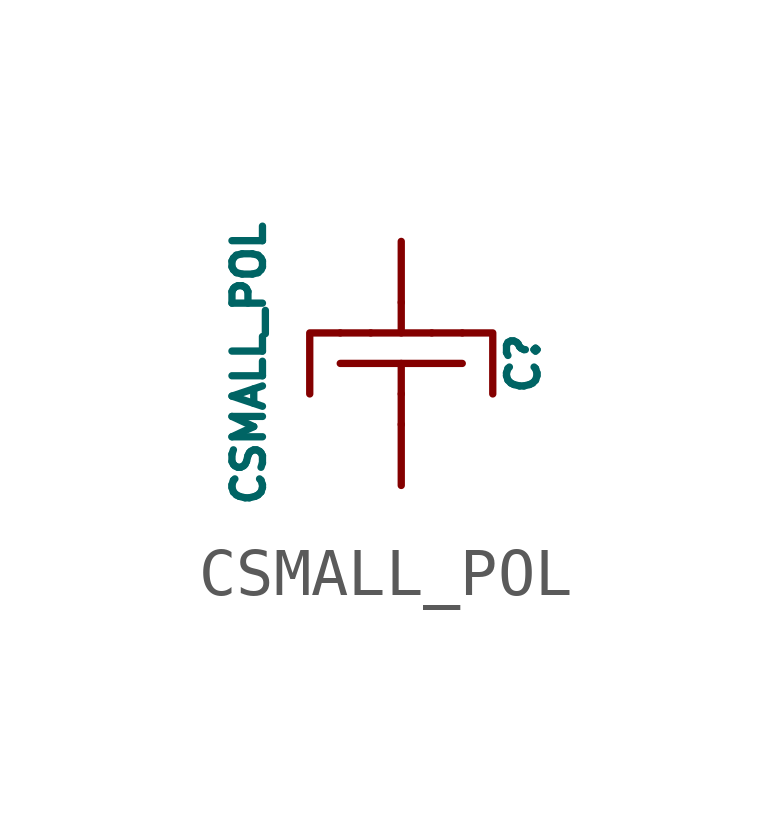
<source format=kicad_sym>
(kicad_symbol_lib
  (version 20241209)
  (generator "kicad_symbol_editor")
  (generator_version "9.0")
  (symbol "CSMALL_POL"
    (pin_numbers
      (hide yes))
    (pin_names
      (offset 0)
      (hide yes))
    (property "Reference" "C"
      (at 2.54 0 90)
      (effects (font (size 0.635 0.635))))
    (property "Value" "CSMALL_POL"
      (at -3.175 0 90)
      (effects (font (size 0.635 0.635))))
    (property "Datasheet" ""
      (at 0 0 90)
      (effects (font (size 1.524 1.524))))
    (symbol "CSMALL_POL_0_1"
      (polyline (pts (xy -1.27 0.635) (xy -0.635 0.635)) (stroke (width 0) (type default)) (fill (type none)))
      (polyline (pts (xy -1.27 0.635) (xy -1.905 0.635) (xy -1.905 -0.635)) (stroke (width 0) (type default)) (fill (type none)))
      (polyline (pts (xy -0.635 0.635) (xy 0.635 0.635)) (stroke (width 0) (type default)) (fill (type none)))
      (polyline (pts (xy 0 1.27) (xy 0 0.635)) (stroke (width 0) (type default)) (fill (type none)))
      (polyline (pts (xy 0 0) (xy 0 -0.635)) (stroke (width 0) (type default)) (fill (type none)))
      (polyline (pts (xy 0 -1.27) (xy 0 -0.635)) (stroke (width 0) (type default)) (fill (type none)))
      (polyline (pts (xy 1.27 0.635) (xy 0.635 0.635)) (stroke (width 0) (type default)) (fill (type none)))
      (polyline (pts (xy 1.27 0.635) (xy 1.905 0.635) (xy 1.905 -0.635)) (stroke (width 0) (type default)) (fill (type none)))
      (polyline (pts (xy 1.27 0) (xy -1.27 0)) (stroke (width 0) (type default)) (fill (type none))))
    (symbol "CSMALL_POL_1_1"
      (pin passive line (at 0 2.54 270) (length 1.27) (name "~" (effects (font (size 0.635 0.635)))) (number "1" (effects (font (size 0.635 0.635)))))
      (pin passive line (at 0 -2.54 90) (length 1.27) (name "~" (effects (font (size 0.635 0.635)))) (number "2" (effects (font (size 0.635 0.635))))))))
</source>
